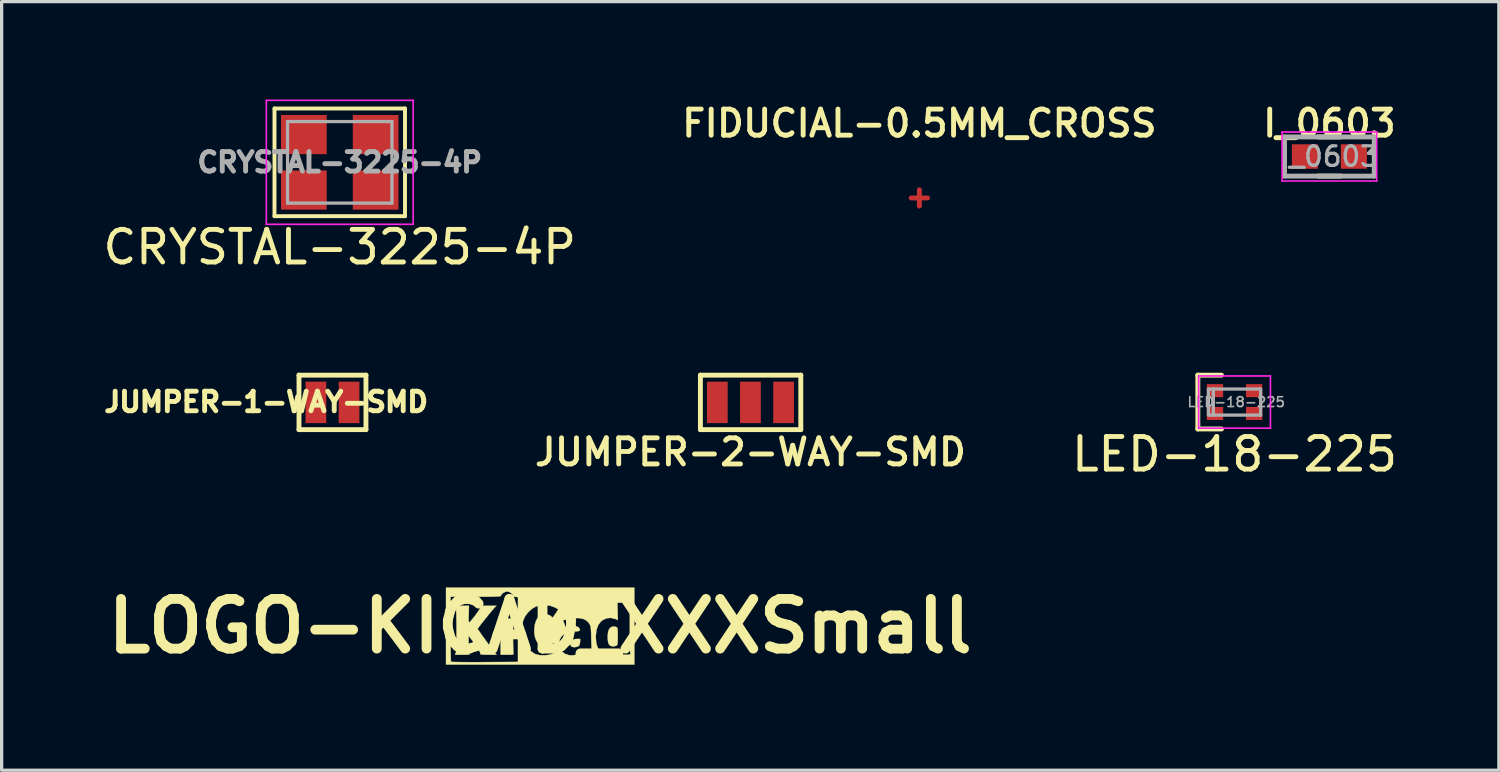
<source format=kicad_pcb>
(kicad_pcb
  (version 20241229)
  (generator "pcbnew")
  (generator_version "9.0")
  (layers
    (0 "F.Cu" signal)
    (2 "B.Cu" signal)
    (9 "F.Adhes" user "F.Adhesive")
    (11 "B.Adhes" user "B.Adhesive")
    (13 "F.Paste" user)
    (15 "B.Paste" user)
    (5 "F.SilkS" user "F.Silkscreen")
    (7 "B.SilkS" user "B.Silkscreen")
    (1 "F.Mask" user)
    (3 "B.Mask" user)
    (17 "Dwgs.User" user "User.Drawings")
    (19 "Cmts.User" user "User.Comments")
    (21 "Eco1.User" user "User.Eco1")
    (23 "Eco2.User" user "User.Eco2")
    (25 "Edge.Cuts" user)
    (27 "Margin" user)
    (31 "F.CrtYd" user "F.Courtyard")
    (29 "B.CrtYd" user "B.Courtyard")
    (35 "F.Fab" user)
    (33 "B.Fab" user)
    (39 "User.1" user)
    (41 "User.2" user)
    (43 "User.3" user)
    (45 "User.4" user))
  (footprint "I_0603"
    (layer "F.Cu")
    (at 37.695 1.747)
    (property "Reference" "I_0603" (at 0 -1.016 0) (layer "F.SilkS") (effects (font (size 0.8 0.8) (thickness 0.15))))
    (attr smd)
    (fp_line (start -0.35 -0.6) (end 0.35 -0.6) (stroke (width 0.15) (type solid)) (layer "F.SilkS"))
    (fp_line (start 0.35 0.6) (end -0.35 0.6) (stroke (width 0.15) (type solid)) (layer "F.SilkS"))
    (fp_line (start -1.45 -0.75) (end -1.45 0.75) (stroke (width 0.05) (type solid)) (layer "F.CrtYd"))
    (fp_line (start -1.45 -0.75) (end 1.45 -0.75) (stroke (width 0.05) (type solid)) (layer "F.CrtYd"))
    (fp_line (start -1.45 0.75) (end 1.45 0.75) (stroke (width 0.05) (type solid)) (layer "F.CrtYd"))
    (fp_line (start 1.45 -0.75) (end 1.45 0.75) (stroke (width 0.05) (type solid)) (layer "F.CrtYd"))
    (fp_line (start -1.375 -0.6) (end 1.375 -0.6) (stroke (width 0.15) (type solid)) (layer "F.Fab"))
    (fp_line (start -1.375 0.6) (end -1.375 -0.6) (stroke (width 0.15) (type solid)) (layer "F.Fab"))
    (fp_line (start 1.375 0.6) (end -1.375 0.6) (stroke (width 0.15) (type solid)) (layer "F.Fab"))
    (fp_line (start 1.375 0.6) (end 1.375 -0.6) (stroke (width 0.15) (type solid)) (layer "F.Fab"))
    (fp_text user "${REFERENCE}" (at 0 0 0) (layer "F.Fab") (effects (font (size 0.6 0.6) (thickness 0.1))))
    (pad "1" smd rect (at -0.75 0) (size 0.8 0.75) (layers "F.Cu" "F.Mask" "F.Paste"))
    (pad "2" smd rect (at 0.75 0) (size 0.8 0.75) (layers "F.Cu" "F.Mask" "F.Paste")))
  (footprint "LED-18-225"
    (layer "F.Cu")
    (at 34.788 9.273)
    (property "Reference" "LED-18-225" (at 0 1.6 180) (layer "F.SilkS") (effects (font (size 1 1) (thickness 0.15))))
    (attr through_hole)
    (fp_line (start -1.125 -0.825) (end -1.125 0.825) (stroke (width 0.15) (type solid)) (layer "F.SilkS"))
    (fp_line (start -0.4 -0.825) (end -1.125 -0.825) (stroke (width 0.15) (type solid)) (layer "F.SilkS"))
    (fp_line (start -0.4 0.825) (end -1.125 0.825) (stroke (width 0.15) (type solid)) (layer "F.SilkS"))
    (fp_line (start -1.1 -0.8) (end -1.1 0.8) (stroke (width 0.05) (type solid)) (layer "F.CrtYd"))
    (fp_line (start -1.1 -0.8) (end 1.1 -0.8) (stroke (width 0.05) (type solid)) (layer "F.CrtYd"))
    (fp_line (start -1.1 0.8) (end 1.1 0.8) (stroke (width 0.05) (type solid)) (layer "F.CrtYd"))
    (fp_line (start 1.1 -0.8) (end 1.1 0.8) (stroke (width 0.05) (type solid)) (layer "F.CrtYd"))
    (fp_line (start -0.8 -0.4) (end -0.8 0.4) (stroke (width 0.1) (type solid)) (layer "F.Fab"))
    (fp_line (start -0.8 -0.4) (end 0.8 -0.4) (stroke (width 0.1) (type solid)) (layer "F.Fab"))
    (fp_line (start -0.8 0.4) (end 0.8 0.4) (stroke (width 0.1) (type solid)) (layer "F.Fab"))
    (fp_line (start -0.65 -0.4) (end -0.65 0.4) (stroke (width 0.1) (type solid)) (layer "F.Fab"))
    (fp_line (start 0.8 -0.4) (end 0.8 0.4) (stroke (width 0.1) (type solid)) (layer "F.Fab"))
    (fp_text user "${REFERENCE}" (at 0.05 0 180) (layer "F.Fab") (effects (font (size 0.3 0.3) (thickness 0.05))))
    (pad "1" smd rect (at 0.6 0.35) (size 0.5 0.4) (layers "F.Cu" "F.Mask" "F.Paste"))
    (pad "2" smd rect (at 0.6 -0.35) (size 0.5 0.4) (layers "F.Cu" "F.Mask" "F.Paste"))
    (pad "3" smd rect (at -0.6 -0.35) (size 0.5 0.4) (layers "F.Cu" "F.Mask" "F.Paste"))
    (pad "4" smd rect (at -0.6 0.35) (size 0.5 0.4) (layers "F.Cu" "F.Mask" "F.Paste")))
  (footprint "JUMPER-2-WAY-SMD"
    (layer "F.Cu")
    (at 19.951 9.283)
    (property "Reference" "JUMPER-2-WAY-SMD" (at 0 1.524 0) (layer "F.SilkS") (effects (font (size 0.8 0.8) (thickness 0.15))))
    (attr exclude_from_pos_files exclude_from_bom)
    (fp_line (start -1.534 -0.835) (end -1.534 0.835) (stroke (width 0.15) (type solid)) (layer "F.SilkS"))
    (fp_line (start -1.534 0.835) (end 1.543 0.835) (stroke (width 0.15) (type solid)) (layer "F.SilkS"))
    (fp_line (start 1.543 -0.835) (end -1.534 -0.835) (stroke (width 0.15) (type solid)) (layer "F.SilkS"))
    (fp_line (start 1.543 0.835) (end 1.543 -0.835) (stroke (width 0.15) (type solid)) (layer "F.SilkS"))
    (pad "1" smd rect (at -1.016 0 180) (size 0.635 1.27) (layers "F.Cu" "F.Mask" "F.Paste"))
    (pad "2" smd rect (at 0 0 180) (size 0.635 1.27) (layers "F.Cu" "F.Mask" "F.Paste"))
    (pad "3" smd rect (at 1.016 0 180) (size 0.635 1.27) (layers "F.Cu" "F.Mask" "F.Paste")))
  (footprint "FIDUCIAL-0.5MM_CROSS"
    (layer "F.Cu")
    (at 25.128 3.017)
    (property "Reference" "FIDUCIAL-0.5MM_CROSS" (at 0 -2.286 0) (layer "F.SilkS") (effects (font (size 0.8 0.8) (thickness 0.15))))
    (attr smd)
    (fp_line (start -0.25 0) (end 0.25 0) (stroke (width 0.15) (type solid)) (layer "F.Cu"))
    (fp_line (start 0 0.25) (end 0 -0.25) (stroke (width 0.15) (type solid)) (layer "F.Cu")))
  (footprint "CRYSTAL-3225-4P"
    (layer "F.Cu")
    (at 7.363 1.925)
    (property "Reference" "CRYSTAL-3225-4P" (at 0 2.6 0) (layer "F.SilkS") (effects (font (size 1 1) (thickness 0.15))))
    (attr through_hole)
    (fp_line (start -2 -1.65) (end -2 1.65) (stroke (width 0.12) (type solid)) (layer "F.SilkS"))
    (fp_line (start -2 -1.65) (end 2 -1.65) (stroke (width 0.12) (type solid)) (layer "F.SilkS"))
    (fp_line (start -2 1.65) (end 2 1.65) (stroke (width 0.12) (type solid)) (layer "F.SilkS"))
    (fp_line (start 2 -1.65) (end 2 1.65) (stroke (width 0.12) (type solid)) (layer "F.SilkS"))
    (fp_line (start -2.25 -1.9) (end 2.25 -1.9) (stroke (width 0.05) (type solid)) (layer "F.CrtYd"))
    (fp_line (start -2.25 1.9) (end -2.25 -1.9) (stroke (width 0.05) (type solid)) (layer "F.CrtYd"))
    (fp_line (start -2.25 1.9) (end 2.25 1.9) (stroke (width 0.05) (type solid)) (layer "F.CrtYd"))
    (fp_line (start 2.25 1.9) (end 2.25 -1.9) (stroke (width 0.05) (type solid)) (layer "F.CrtYd"))
    (fp_line (start -1.6 -1.25) (end -1.6 1.25) (stroke (width 0.1) (type solid)) (layer "F.Fab"))
    (fp_line (start -1.6 -1.25) (end 1.6 -1.25) (stroke (width 0.1) (type solid)) (layer "F.Fab"))
    (fp_line (start -1.6 1.25) (end 1.6 1.25) (stroke (width 0.1) (type solid)) (layer "F.Fab"))
    (fp_line (start 1.6 -1.25) (end 1.6 1.25) (stroke (width 0.1) (type solid)) (layer "F.Fab"))
    (fp_text user "${REFERENCE}" (at 0 0 0) (layer "F.Fab") (effects (font (size 0.6 0.6) (thickness 0.15))))
    (pad "1" smd rect (at -1.1 0.85) (size 1.4 1.2) (layers "F.Cu" "F.Mask" "F.Paste"))
    (pad "2" smd rect (at 1.1 0.85) (size 1.4 1.2) (layers "F.Cu" "F.Mask" "F.Paste"))
    (pad "3" smd rect (at 1.1 -0.85) (size 1.4 1.2) (layers "F.Cu" "F.Mask" "F.Paste"))
    (pad "4" smd rect (at -1.1 -0.85) (size 1.4 1.2) (layers "F.Cu" "F.Mask" "F.Paste")))
  (footprint "LOGO-KICAD_XXXSmall"
    (layer "F.Cu")
    (at 13.506 16.14)
    (property "Reference" "LOGO-KICAD_XXXSmall" (at 0 0 0) (layer "F.SilkS") (effects (font (size 1.524 1.524) (thickness 0.3))))
    (attr through_hole)
    (fp_poly (pts (xy 1.224 0.481) (xy 1.21 0.565) (xy 1.182 0.608) (xy 1.127 0.635) (xy 1.056 0.646) (xy 0.988 0.638) (xy 0.951 0.619) (xy 0.93 0.576) (xy 0.924 0.528) (xy 0.944 0.461) (xy 1.002 0.415) (xy 1.094 0.394) (xy 1.125 0.393) (xy 1.224 0.393) (xy 1.224 0.481)) (stroke (width 0.01) (type solid)) (fill yes) (layer "F.SilkS"))
    (fp_poly (pts (xy -1.022 -0.231) (xy -0.831 -0.231) (xy -0.831 0.287) (xy -0.831 0.438) (xy -0.829 0.576) (xy -0.826 0.692) (xy -0.823 0.779) (xy -0.819 0.831) (xy -0.817 0.841) (xy -0.816 0.858) (xy -0.834 0.869) (xy -0.88 0.875) (xy -0.96 0.877) (xy -1.008 0.877) (xy -1.212 0.877) (xy -1.212 -0.231) (xy -1.022 -0.231)) (stroke (width 0.01) (type solid)) (fill yes) (layer "F.SilkS"))
    (fp_poly (pts (xy 2.319 0.022) (xy 2.344 0.034) (xy 2.361 0.05) (xy 2.371 0.079) (xy 2.376 0.131) (xy 2.378 0.213) (xy 2.378 0.31) (xy 2.378 0.426) (xy 2.375 0.504) (xy 2.368 0.552) (xy 2.356 0.581) (xy 2.339 0.597) (xy 2.334 0.6) (xy 2.25 0.624) (xy 2.172 0.613) (xy 2.112 0.568) (xy 2.108 0.562) (xy 2.083 0.495) (xy 2.07 0.399) (xy 2.069 0.292) (xy 2.081 0.19) (xy 2.104 0.109) (xy 2.108 0.101) (xy 2.165 0.035) (xy 2.241 0.009) (xy 2.319 0.022)) (stroke (width 0.01) (type solid)) (fill yes) (layer "F.SilkS"))
    (fp_poly (pts (xy -2.19 -0.352) (xy -2.193 -0.238) (xy -2.193 -0.161) (xy -2.185 -0.123) (xy -2.165 -0.121) (xy -2.128 -0.156) (xy -2.07 -0.227) (xy -1.989 -0.33) (xy -1.927 -0.414) (xy -1.875 -0.49) (xy -1.842 -0.547) (xy -1.833 -0.567) (xy -1.825 -0.592) (xy -1.81 -0.609) (xy -1.779 -0.618) (xy -1.723 -0.622) (xy -1.634 -0.623) (xy -1.58 -0.623) (xy -1.341 -0.623) (xy -1.393 -0.572) (xy -1.428 -0.532) (xy -1.482 -0.469) (xy -1.55 -0.388) (xy -1.624 -0.296) (xy -1.701 -0.2) (xy -1.774 -0.109) (xy -1.837 -0.028) (xy -1.885 0.036) (xy -1.912 0.075) (xy -1.917 0.083) (xy -1.904 0.106) (xy -1.868 0.159) (xy -1.815 0.235) (xy -1.75 0.327) (xy -1.677 0.428) (xy -1.602 0.53) (xy -1.531 0.628) (xy -1.467 0.713) (xy -1.416 0.778) (xy -1.415 0.779) (xy -1.336 0.877) (xy -1.593 0.877) (xy -1.719 0.875) (xy -1.799 0.869) (xy -1.834 0.859) (xy -1.835 0.854) (xy -1.838 0.817) (xy -1.871 0.747) (xy -1.933 0.648) (xy -2.022 0.521) (xy -2.065 0.464) (xy -2.194 0.292) (xy -2.194 0.557) (xy -2.191 0.697) (xy -2.183 0.793) (xy -2.17 0.844) (xy -2.166 0.85) (xy -2.163 0.863) (xy -2.188 0.871) (xy -2.247 0.876) (xy -2.346 0.877) (xy -2.373 0.877) (xy -2.608 0.877) (xy -2.586 0.818) (xy -2.579 0.777) (xy -2.573 0.698) (xy -2.569 0.589) (xy -2.566 0.456) (xy -2.564 0.307) (xy -2.563 0.15) (xy -2.564 -0.009) (xy -2.565 -0.162) (xy -2.568 -0.301) (xy -2.572 -0.42) (xy -2.577 -0.511) (xy -2.583 -0.567) (xy -2.587 -0.579) (xy -2.596 -0.6) (xy -2.589 -0.613) (xy -2.56 -0.62) (xy -2.5 -0.623) (xy -2.403 -0.623) (xy -2.396 -0.623) (xy -2.182 -0.624) (xy -2.19 -0.352)) (stroke (width 0.01) (type solid)) (fill yes) (layer "F.SilkS"))
    (fp_poly (pts (xy 2.886 1.178) (xy -2.886 1.178) (xy -2.886 -0.901) (xy -2.748 -0.901) (xy -2.748 0.089) (xy -2.747 0.298) (xy -2.746 0.493) (xy -2.745 0.669) (xy -2.743 0.82) (xy -2.74 0.943) (xy -2.737 1.033) (xy -2.734 1.083) (xy -2.732 1.093) (xy -2.707 1.096) (xy -2.639 1.099) (xy -2.536 1.101) (xy -2.4 1.103) (xy -2.237 1.104) (xy -2.052 1.104) (xy -1.849 1.104) (xy -1.699 1.103) (xy -0.681 1.097) (xy -0.681 0.122) (xy -0.555 0.122) (xy -0.544 0.278) (xy -0.516 0.421) (xy -0.477 0.526) (xy -0.395 0.653) (xy -0.294 0.761) (xy -0.184 0.84) (xy -0.132 0.864) (xy -0.009 0.891) (xy 0.134 0.896) (xy 0.281 0.879) (xy 0.413 0.842) (xy 0.458 0.823) (xy 0.58 0.76) (xy 0.518 0.651) (xy 0.48 0.587) (xy 0.45 0.54) (xy 0.439 0.524) (xy 0.412 0.524) (xy 0.357 0.543) (xy 0.305 0.568) (xy 0.191 0.611) (xy 0.09 0.611) (xy -0.006 0.569) (xy -0.045 0.54) (xy -0.084 0.492) (xy 0.583 0.492) (xy 0.59 0.617) (xy 0.635 0.729) (xy 0.713 0.817) (xy 0.769 0.853) (xy 0.888 0.892) (xy 1.01 0.897) (xy 1.119 0.87) (xy 1.149 0.855) (xy 1.198 0.828) (xy 1.22 0.827) (xy 1.224 0.843) (xy 1.232 0.86) (xy 1.263 0.871) (xy 1.325 0.876) (xy 1.423 0.877) (xy 1.52 0.876) (xy 1.578 0.871) (xy 1.601 0.862) (xy 1.598 0.849) (xy 1.589 0.816) (xy 1.581 0.744) (xy 1.574 0.64) (xy 1.569 0.511) (xy 1.566 0.416) (xy 1.565 0.347) (xy 1.704 0.347) (xy 1.719 0.517) (xy 1.763 0.661) (xy 1.836 0.774) (xy 1.928 0.848) (xy 2.049 0.891) (xy 2.18 0.896) (xy 2.303 0.863) (xy 2.316 0.857) (xy 2.371 0.832) (xy 2.397 0.831) (xy 2.401 0.845) (xy 2.412 0.862) (xy 2.45 0.872) (xy 2.521 0.877) (xy 2.589 0.877) (xy 2.681 0.876) (xy 2.736 0.872) (xy 2.761 0.862) (xy 2.763 0.846) (xy 2.762 0.841) (xy 2.758 0.81) (xy 2.755 0.738) (xy 2.753 0.632) (xy 2.75 0.496) (xy 2.749 0.338) (xy 2.748 0.162) (xy 2.748 0.044) (xy 2.748 -0.716) (xy 2.557 -0.716) (xy 2.367 -0.716) (xy 2.374 -0.451) (xy 2.381 -0.186) (xy 2.3 -0.22) (xy 2.166 -0.253) (xy 2.037 -0.241) (xy 1.916 -0.185) (xy 1.854 -0.133) (xy 1.777 -0.028) (xy 1.727 0.112) (xy 1.705 0.289) (xy 1.704 0.347) (xy 1.565 0.347) (xy 1.563 0.266) (xy 1.559 0.155) (xy 1.553 0.074) (xy 1.544 0.017) (xy 1.532 -0.026) (xy 1.516 -0.061) (xy 1.512 -0.068) (xy 1.431 -0.162) (xy 1.319 -0.221) (xy 1.176 -0.248) (xy 1.003 -0.24) (xy 0.885 -0.22) (xy 0.699 -0.179) (xy 0.747 -0.058) (xy 0.794 0.063) (xy 0.87 0.031) (xy 0.965 0.005) (xy 1.059 -0.001) (xy 1.138 0.016) (xy 1.188 0.051) (xy 1.216 0.099) (xy 1.218 0.13) (xy 1.188 0.149) (xy 1.121 0.16) (xy 1.042 0.166) (xy 0.876 0.189) (xy 0.749 0.235) (xy 0.658 0.307) (xy 0.603 0.405) (xy 0.583 0.492) (xy -0.084 0.492) (xy -0.112 0.458) (xy -0.156 0.349) (xy -0.179 0.222) (xy -0.181 0.089) (xy -0.164 -0.043) (xy -0.127 -0.163) (xy -0.072 -0.261) (xy 0.001 -0.328) (xy 0.016 -0.335) (xy 0.114 -0.362) (xy 0.215 -0.358) (xy 0.304 -0.325) (xy 0.331 -0.303) (xy 0.381 -0.257) (xy 0.47 -0.384) (xy 0.514 -0.449) (xy 0.543 -0.497) (xy 0.551 -0.518) (xy 0.551 -0.518) (xy 0.527 -0.532) (xy 0.476 -0.559) (xy 0.439 -0.578) (xy 0.307 -0.625) (xy 0.157 -0.644) (xy 0.006 -0.637) (xy -0.128 -0.603) (xy -0.134 -0.6) (xy -0.259 -0.526) (xy -0.372 -0.421) (xy -0.464 -0.297) (xy -0.522 -0.169) (xy -0.522 -0.168) (xy -0.548 -0.032) (xy -0.555 0.122) (xy -0.681 0.122) (xy -0.681 -0.889) (xy -0.756 -0.896) (xy -0.81 -0.91) (xy -0.831 -0.935) (xy -0.851 -0.976) (xy -0.9 -1.018) (xy -0.961 -1.051) (xy -1.016 -1.062) (xy -1.077 -1.048) (xy -1.138 -1.014) (xy -1.185 -0.971) (xy -1.201 -0.934) (xy -1.207 -0.924) (xy -1.227 -0.917) (xy -1.266 -0.911) (xy -1.329 -0.907) (xy -1.418 -0.904) (xy -1.54 -0.902) (xy -1.698 -0.901) (xy -1.896 -0.901) (xy -1.974 -0.901) (xy -2.748 -0.901) (xy -2.886 -0.901) (xy -2.886 -1.178) (xy 2.886 -1.178) (xy 2.886 1.178)) (stroke (width 0.01) (type solid)) (fill yes) (layer "F.SilkS")))
  (footprint "JUMPER-1-WAY-SMD"
    (layer "F.Cu")
    (at 7.14 9.283)
    (property "Reference" "JUMPER-1-WAY-SMD" (at -2.032 -0.013 0) (layer "F.SilkS") (effects (font (size 0.6 0.6) (thickness 0.15))))
    (attr exclude_from_pos_files exclude_from_bom)
    (fp_line (start -1.026 -0.835) (end -1.026 0.835) (stroke (width 0.15) (type solid)) (layer "F.SilkS"))
    (fp_line (start -1.026 0.835) (end 1.026 0.835) (stroke (width 0.15) (type solid)) (layer "F.SilkS"))
    (fp_line (start 1.026 -0.835) (end -1.026 -0.835) (stroke (width 0.15) (type solid)) (layer "F.SilkS"))
    (fp_line (start 1.026 0.835) (end 1.026 -0.835) (stroke (width 0.15) (type solid)) (layer "F.SilkS"))
    (pad "1" smd rect (at -0.508 0 180) (size 0.635 1.27) (layers "F.Cu" "F.Mask" "F.Paste"))
    (pad "2" smd rect (at 0.508 0 180) (size 0.635 1.27) (layers "F.Cu" "F.Mask" "F.Paste")))
  (gr_rect
    (start -3 -3)
    (end 42.889 20.558)
    (stroke (width 0.1) (type default))
    (fill no)
    (layer "Edge.Cuts")))
</source>
